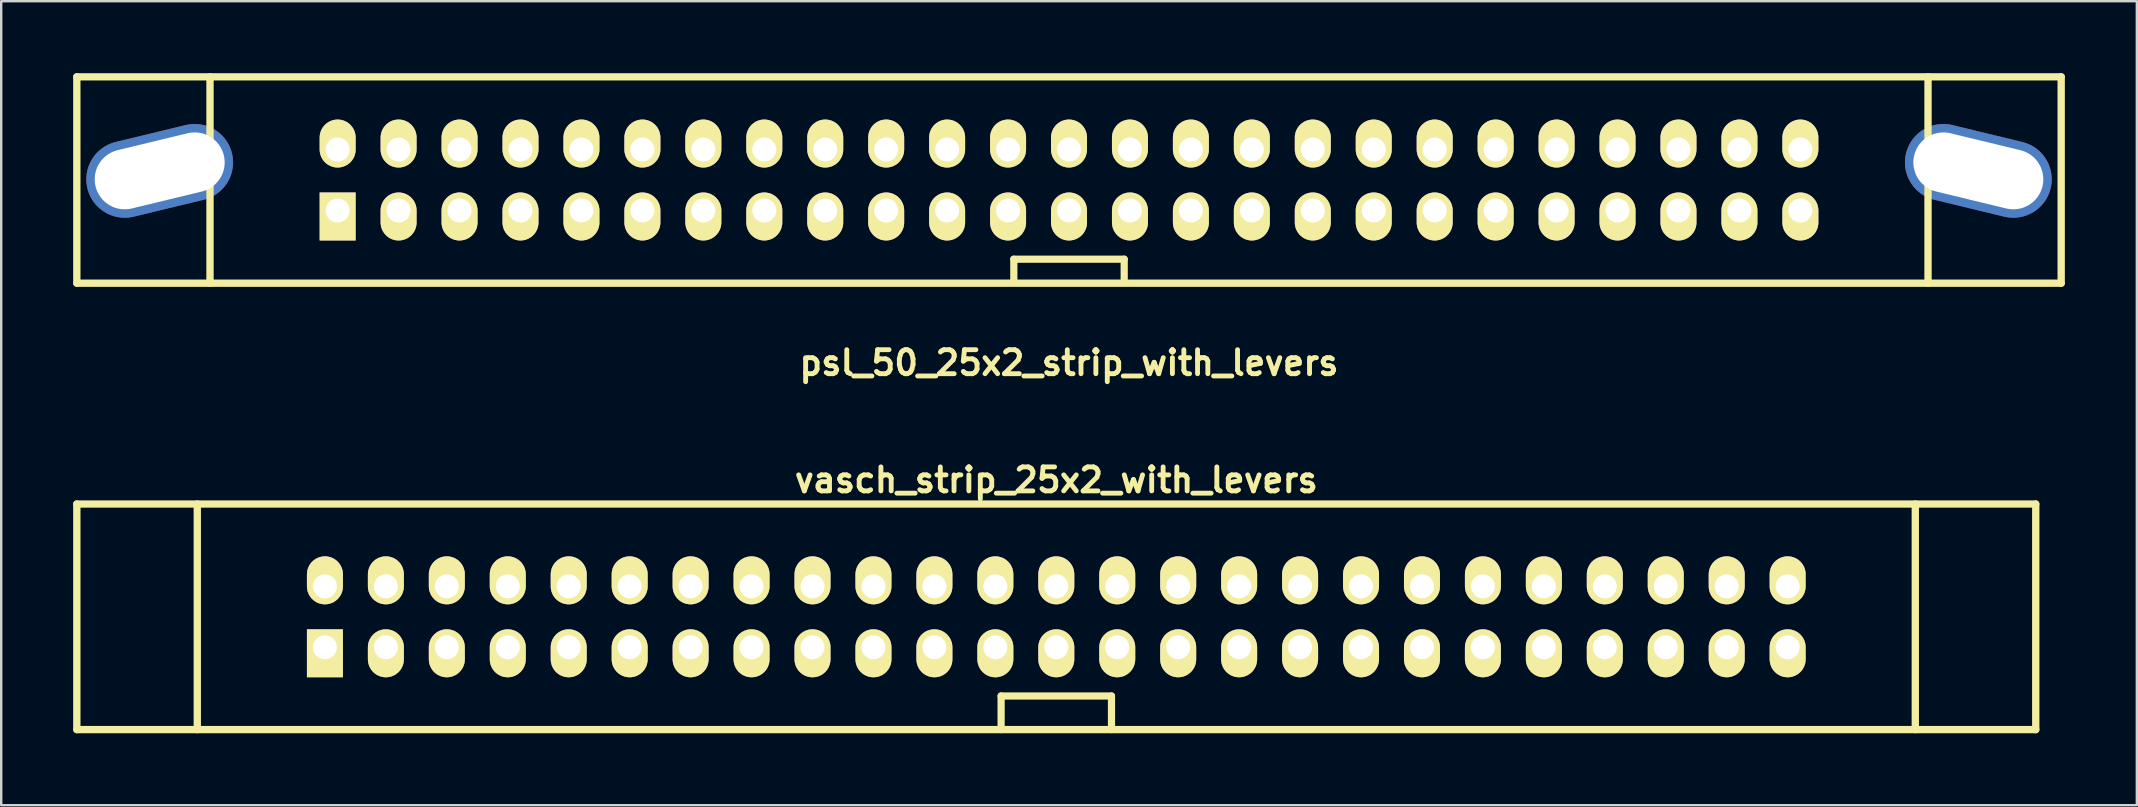
<source format=kicad_pcb>
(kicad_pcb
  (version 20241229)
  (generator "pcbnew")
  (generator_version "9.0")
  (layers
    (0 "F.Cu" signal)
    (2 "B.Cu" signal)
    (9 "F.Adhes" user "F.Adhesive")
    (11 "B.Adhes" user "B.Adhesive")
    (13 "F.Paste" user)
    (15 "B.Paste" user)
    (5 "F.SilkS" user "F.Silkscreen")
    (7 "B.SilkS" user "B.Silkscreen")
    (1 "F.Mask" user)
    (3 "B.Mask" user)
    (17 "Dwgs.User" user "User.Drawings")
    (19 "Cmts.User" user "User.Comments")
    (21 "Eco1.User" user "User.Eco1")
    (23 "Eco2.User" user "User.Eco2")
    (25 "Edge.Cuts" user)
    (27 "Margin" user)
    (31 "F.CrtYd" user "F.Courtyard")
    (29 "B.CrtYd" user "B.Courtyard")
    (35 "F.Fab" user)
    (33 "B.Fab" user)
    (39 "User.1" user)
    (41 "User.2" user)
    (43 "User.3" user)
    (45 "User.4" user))
  (footprint "psl_50_25x2_strip_with_levers"
    (layer "F.Cu")
    (at 41.502 4.452)
    (property "Reference" "psl_50_25x2_strip_with_levers" (at 0 7.62 0) (layer "F.SilkS") (effects (font (size 1 1) (thickness 0.203))))
    (attr through_hole)
    (fp_line (start -41.35 -4.3) (end -41.35 4.3) (stroke (width 0.305) (type solid)) (layer "F.SilkS"))
    (fp_line (start -41.35 4.3) (end 41.35 4.3) (stroke (width 0.305) (type solid)) (layer "F.SilkS"))
    (fp_line (start -35.8 -4.3) (end -35.8 4.3) (stroke (width 0.305) (type solid)) (layer "F.SilkS"))
    (fp_line (start -2.3 3.3) (end -2.3 4.2) (stroke (width 0.3) (type solid)) (layer "F.SilkS"))
    (fp_line (start 2.3 3.3) (end -2.3 3.3) (stroke (width 0.3) (type solid)) (layer "F.SilkS"))
    (fp_line (start 2.3 4.2) (end 2.3 3.3) (stroke (width 0.3) (type solid)) (layer "F.SilkS"))
    (fp_line (start 35.8 -4.3) (end 35.8 4.3) (stroke (width 0.305) (type solid)) (layer "F.SilkS"))
    (fp_line (start 41.35 -4.3) (end -41.35 -4.3) (stroke (width 0.305) (type solid)) (layer "F.SilkS"))
    (fp_line (start 41.35 -4.3) (end 41.35 4.3) (stroke (width 0.305) (type solid)) (layer "F.SilkS"))
    (pad "" thru_hole oval (at -37.897 -0.381 283.6) (size 3.2 6.2) (drill oval 2.5 5.5) (layers "*.Cu" "*.Mask"))
    (pad "" thru_hole oval (at 37.897 -0.381 76.4) (size 3.2 6.2) (drill oval 2.5 5.5) (layers "*.Cu" "*.Mask"))
    (pad "1" thru_hole rect (at -30.48 1.27) (size 1.5 2) (drill 1 (offset 0 0.25)) (layers "*.Cu" "*.Mask" "F.SilkS"))
    (pad "2" thru_hole oval (at -30.48 -1.27) (size 1.5 2) (drill 1 (offset 0 -0.25)) (layers "*.Cu" "*.Mask" "F.SilkS"))
    (pad "3" thru_hole oval (at -27.94 1.27) (size 1.5 2) (drill 1 (offset 0 0.25)) (layers "*.Cu" "*.Mask" "F.SilkS"))
    (pad "4" thru_hole oval (at -27.94 -1.27) (size 1.5 2) (drill 1 (offset 0 -0.25)) (layers "*.Cu" "*.Mask" "F.SilkS"))
    (pad "5" thru_hole oval (at -25.4 1.27) (size 1.5 2) (drill 1 (offset 0 0.25)) (layers "*.Cu" "*.Mask" "F.SilkS"))
    (pad "6" thru_hole oval (at -25.4 -1.27) (size 1.5 2) (drill 1 (offset 0 -0.25)) (layers "*.Cu" "*.Mask" "F.SilkS"))
    (pad "7" thru_hole oval (at -22.86 1.27) (size 1.5 2) (drill 1 (offset 0 0.25)) (layers "*.Cu" "*.Mask" "F.SilkS"))
    (pad "8" thru_hole oval (at -22.86 -1.27) (size 1.5 2) (drill 1 (offset 0 -0.25)) (layers "*.Cu" "*.Mask" "F.SilkS"))
    (pad "9" thru_hole oval (at -20.32 1.27) (size 1.5 2) (drill 1 (offset 0 0.25)) (layers "*.Cu" "*.Mask" "F.SilkS"))
    (pad "10" thru_hole oval (at -20.32 -1.27) (size 1.5 2) (drill 1 (offset 0 -0.25)) (layers "*.Cu" "*.Mask" "F.SilkS"))
    (pad "11" thru_hole oval (at -17.78 1.27) (size 1.5 2) (drill 1 (offset 0 0.25)) (layers "*.Cu" "*.Mask" "F.SilkS"))
    (pad "12" thru_hole oval (at -17.78 -1.27) (size 1.5 2) (drill 1 (offset 0 -0.25)) (layers "*.Cu" "*.Mask" "F.SilkS"))
    (pad "13" thru_hole oval (at -15.24 1.27) (size 1.5 2) (drill 1 (offset 0 0.25)) (layers "*.Cu" "*.Mask" "F.SilkS"))
    (pad "14" thru_hole oval (at -15.24 -1.27) (size 1.5 2) (drill 1 (offset 0 -0.25)) (layers "*.Cu" "*.Mask" "F.SilkS"))
    (pad "15" thru_hole oval (at -12.7 1.27) (size 1.5 2) (drill 1 (offset 0 0.25)) (layers "*.Cu" "*.Mask" "F.SilkS"))
    (pad "16" thru_hole oval (at -12.7 -1.27) (size 1.5 2) (drill 1 (offset 0 -0.25)) (layers "*.Cu" "*.Mask" "F.SilkS"))
    (pad "17" thru_hole oval (at -10.16 1.27) (size 1.5 2) (drill 1 (offset 0 0.25)) (layers "*.Cu" "*.Mask" "F.SilkS"))
    (pad "18" thru_hole oval (at -10.16 -1.27) (size 1.5 2) (drill 1 (offset 0 -0.25)) (layers "*.Cu" "*.Mask" "F.SilkS"))
    (pad "19" thru_hole oval (at -7.62 1.27) (size 1.5 2) (drill 1 (offset 0 0.25)) (layers "*.Cu" "*.Mask" "F.SilkS"))
    (pad "20" thru_hole oval (at -7.62 -1.27) (size 1.5 2) (drill 1 (offset 0 -0.25)) (layers "*.Cu" "*.Mask" "F.SilkS"))
    (pad "21" thru_hole oval (at -5.08 1.27) (size 1.5 2) (drill 1 (offset 0 0.25)) (layers "*.Cu" "*.Mask" "F.SilkS"))
    (pad "22" thru_hole oval (at -5.08 -1.27) (size 1.5 2) (drill 1 (offset 0 -0.25)) (layers "*.Cu" "*.Mask" "F.SilkS"))
    (pad "23" thru_hole oval (at -2.54 1.27) (size 1.5 2) (drill 1 (offset 0 0.25)) (layers "*.Cu" "*.Mask" "F.SilkS"))
    (pad "24" thru_hole oval (at -2.54 -1.27) (size 1.5 2) (drill 1 (offset 0 -0.25)) (layers "*.Cu" "*.Mask" "F.SilkS"))
    (pad "25" thru_hole oval (at 0 1.27) (size 1.5 2) (drill 1 (offset 0 0.25)) (layers "*.Cu" "*.Mask" "F.SilkS"))
    (pad "26" thru_hole oval (at 0 -1.27) (size 1.5 2) (drill 1 (offset 0 -0.25)) (layers "*.Cu" "*.Mask" "F.SilkS"))
    (pad "27" thru_hole oval (at 2.54 1.27) (size 1.5 2) (drill 1 (offset 0 0.25)) (layers "*.Cu" "*.Mask" "F.SilkS"))
    (pad "28" thru_hole oval (at 2.54 -1.27) (size 1.5 2) (drill 1 (offset 0 -0.25)) (layers "*.Cu" "*.Mask" "F.SilkS"))
    (pad "29" thru_hole oval (at 5.08 1.27) (size 1.5 2) (drill 1 (offset 0 0.25)) (layers "*.Cu" "*.Mask" "F.SilkS"))
    (pad "30" thru_hole oval (at 5.08 -1.27) (size 1.5 2) (drill 1 (offset 0 -0.25)) (layers "*.Cu" "*.Mask" "F.SilkS"))
    (pad "31" thru_hole oval (at 7.62 1.27) (size 1.5 2) (drill 1 (offset 0 0.25)) (layers "*.Cu" "*.Mask" "F.SilkS"))
    (pad "32" thru_hole oval (at 7.62 -1.27) (size 1.5 2) (drill 1 (offset 0 -0.25)) (layers "*.Cu" "*.Mask" "F.SilkS"))
    (pad "33" thru_hole oval (at 10.16 1.27) (size 1.5 2) (drill 1 (offset 0 0.25)) (layers "*.Cu" "*.Mask" "F.SilkS"))
    (pad "34" thru_hole oval (at 10.16 -1.27) (size 1.5 2) (drill 1 (offset 0 -0.25)) (layers "*.Cu" "*.Mask" "F.SilkS"))
    (pad "35" thru_hole oval (at 12.7 1.27) (size 1.5 2) (drill 1 (offset 0 0.25)) (layers "*.Cu" "*.Mask" "F.SilkS"))
    (pad "36" thru_hole oval (at 12.7 -1.27) (size 1.5 2) (drill 1 (offset 0 -0.25)) (layers "*.Cu" "*.Mask" "F.SilkS"))
    (pad "37" thru_hole oval (at 15.24 1.27) (size 1.5 2) (drill 1 (offset 0 0.25)) (layers "*.Cu" "*.Mask" "F.SilkS"))
    (pad "38" thru_hole oval (at 15.24 -1.27) (size 1.5 2) (drill 1 (offset 0 -0.25)) (layers "*.Cu" "*.Mask" "F.SilkS"))
    (pad "39" thru_hole oval (at 17.78 1.27) (size 1.5 2) (drill 1 (offset 0 0.25)) (layers "*.Cu" "*.Mask" "F.SilkS"))
    (pad "40" thru_hole oval (at 17.78 -1.27) (size 1.5 2) (drill 1 (offset 0 -0.25)) (layers "*.Cu" "*.Mask" "F.SilkS"))
    (pad "41" thru_hole oval (at 20.32 1.27) (size 1.5 2) (drill 1 (offset 0 0.25)) (layers "*.Cu" "*.Mask" "F.SilkS"))
    (pad "42" thru_hole oval (at 20.32 -1.27) (size 1.5 2) (drill 1 (offset 0 -0.25)) (layers "*.Cu" "*.Mask" "F.SilkS"))
    (pad "43" thru_hole oval (at 22.86 1.27) (size 1.5 2) (drill 1 (offset 0 0.25)) (layers "*.Cu" "*.Mask" "F.SilkS"))
    (pad "44" thru_hole oval (at 22.86 -1.27) (size 1.5 2) (drill 1 (offset 0 -0.25)) (layers "*.Cu" "*.Mask" "F.SilkS"))
    (pad "45" thru_hole oval (at 25.4 1.27) (size 1.5 2) (drill 1 (offset 0 0.25)) (layers "*.Cu" "*.Mask" "F.SilkS"))
    (pad "46" thru_hole oval (at 25.4 -1.27) (size 1.5 2) (drill 1 (offset 0 -0.25)) (layers "*.Cu" "*.Mask" "F.SilkS"))
    (pad "47" thru_hole oval (at 27.94 1.27) (size 1.5 2) (drill 1 (offset 0 0.25)) (layers "*.Cu" "*.Mask" "F.SilkS"))
    (pad "48" thru_hole oval (at 27.94 -1.27) (size 1.5 2) (drill 1 (offset 0 -0.25)) (layers "*.Cu" "*.Mask" "F.SilkS"))
    (pad "49" thru_hole oval (at 30.48 1.27) (size 1.5 2) (drill 1 (offset 0 0.25)) (layers "*.Cu" "*.Mask" "F.SilkS"))
    (pad "50" thru_hole oval (at 30.48 -1.27) (size 1.5 2) (drill 1 (offset 0 -0.25)) (layers "*.Cu" "*.Mask" "F.SilkS")))
  (footprint "vasch_strip_25x2_with_levers"
    (layer "F.Cu")
    (at 40.972 22.656)
    (property "Reference" "vasch_strip_25x2_with_levers" (at 0 -5.7 0) (layer "F.SilkS") (effects (font (size 1 1) (thickness 0.203))))
    (attr through_hole)
    (fp_line (start -40.82 -4.7) (end -40.82 4.7) (stroke (width 0.305) (type solid)) (layer "F.SilkS"))
    (fp_line (start -40.82 4.7) (end 40.82 4.7) (stroke (width 0.305) (type solid)) (layer "F.SilkS"))
    (fp_line (start -35.8 -4.7) (end -35.8 4.7) (stroke (width 0.305) (type solid)) (layer "F.SilkS"))
    (fp_line (start -2.3 3.3) (end -2.3 4.7) (stroke (width 0.3) (type solid)) (layer "F.SilkS"))
    (fp_line (start 2.3 3.3) (end -2.3 3.3) (stroke (width 0.3) (type solid)) (layer "F.SilkS"))
    (fp_line (start 2.3 4.7) (end 2.3 3.3) (stroke (width 0.3) (type solid)) (layer "F.SilkS"))
    (fp_line (start 35.8 -4.7) (end 35.8 4.7) (stroke (width 0.305) (type solid)) (layer "F.SilkS"))
    (fp_line (start 40.82 -4.7) (end -40.82 -4.7) (stroke (width 0.305) (type solid)) (layer "F.SilkS"))
    (fp_line (start 40.82 -4.7) (end 40.82 4.7) (stroke (width 0.305) (type solid)) (layer "F.SilkS"))
    (pad "1" thru_hole rect (at -30.48 1.27) (size 1.5 2) (drill 1 (offset 0 0.25)) (layers "*.Cu" "*.Mask" "F.SilkS"))
    (pad "2" thru_hole oval (at -30.48 -1.27) (size 1.5 2) (drill 1 (offset 0 -0.25)) (layers "*.Cu" "*.Mask" "F.SilkS"))
    (pad "3" thru_hole oval (at -27.94 1.27) (size 1.5 2) (drill 1 (offset 0 0.25)) (layers "*.Cu" "*.Mask" "F.SilkS"))
    (pad "4" thru_hole oval (at -27.94 -1.27) (size 1.5 2) (drill 1 (offset 0 -0.25)) (layers "*.Cu" "*.Mask" "F.SilkS"))
    (pad "5" thru_hole oval (at -25.4 1.27) (size 1.5 2) (drill 1 (offset 0 0.25)) (layers "*.Cu" "*.Mask" "F.SilkS"))
    (pad "6" thru_hole oval (at -25.4 -1.27) (size 1.5 2) (drill 1 (offset 0 -0.25)) (layers "*.Cu" "*.Mask" "F.SilkS"))
    (pad "7" thru_hole oval (at -22.86 1.27) (size 1.5 2) (drill 1 (offset 0 0.25)) (layers "*.Cu" "*.Mask" "F.SilkS"))
    (pad "8" thru_hole oval (at -22.86 -1.27) (size 1.5 2) (drill 1 (offset 0 -0.25)) (layers "*.Cu" "*.Mask" "F.SilkS"))
    (pad "9" thru_hole oval (at -20.32 1.27) (size 1.5 2) (drill 1 (offset 0 0.25)) (layers "*.Cu" "*.Mask" "F.SilkS"))
    (pad "10" thru_hole oval (at -20.32 -1.27) (size 1.5 2) (drill 1 (offset 0 -0.25)) (layers "*.Cu" "*.Mask" "F.SilkS"))
    (pad "11" thru_hole oval (at -17.78 1.27) (size 1.5 2) (drill 1 (offset 0 0.25)) (layers "*.Cu" "*.Mask" "F.SilkS"))
    (pad "12" thru_hole oval (at -17.78 -1.27) (size 1.5 2) (drill 1 (offset 0 -0.25)) (layers "*.Cu" "*.Mask" "F.SilkS"))
    (pad "13" thru_hole oval (at -15.24 1.27) (size 1.5 2) (drill 1 (offset 0 0.25)) (layers "*.Cu" "*.Mask" "F.SilkS"))
    (pad "14" thru_hole oval (at -15.24 -1.27) (size 1.5 2) (drill 1 (offset 0 -0.25)) (layers "*.Cu" "*.Mask" "F.SilkS"))
    (pad "15" thru_hole oval (at -12.7 1.27) (size 1.5 2) (drill 1 (offset 0 0.25)) (layers "*.Cu" "*.Mask" "F.SilkS"))
    (pad "16" thru_hole oval (at -12.7 -1.27) (size 1.5 2) (drill 1 (offset 0 -0.25)) (layers "*.Cu" "*.Mask" "F.SilkS"))
    (pad "17" thru_hole oval (at -10.16 1.27) (size 1.5 2) (drill 1 (offset 0 0.25)) (layers "*.Cu" "*.Mask" "F.SilkS"))
    (pad "18" thru_hole oval (at -10.16 -1.27) (size 1.5 2) (drill 1 (offset 0 -0.25)) (layers "*.Cu" "*.Mask" "F.SilkS"))
    (pad "19" thru_hole oval (at -7.62 1.27) (size 1.5 2) (drill 1 (offset 0 0.25)) (layers "*.Cu" "*.Mask" "F.SilkS"))
    (pad "20" thru_hole oval (at -7.62 -1.27) (size 1.5 2) (drill 1 (offset 0 -0.25)) (layers "*.Cu" "*.Mask" "F.SilkS"))
    (pad "21" thru_hole oval (at -5.08 1.27) (size 1.5 2) (drill 1 (offset 0 0.25)) (layers "*.Cu" "*.Mask" "F.SilkS"))
    (pad "22" thru_hole oval (at -5.08 -1.27) (size 1.5 2) (drill 1 (offset 0 -0.25)) (layers "*.Cu" "*.Mask" "F.SilkS"))
    (pad "23" thru_hole oval (at -2.54 1.27) (size 1.5 2) (drill 1 (offset 0 0.25)) (layers "*.Cu" "*.Mask" "F.SilkS"))
    (pad "24" thru_hole oval (at -2.54 -1.27) (size 1.5 2) (drill 1 (offset 0 -0.25)) (layers "*.Cu" "*.Mask" "F.SilkS"))
    (pad "25" thru_hole oval (at 0 1.27) (size 1.5 2) (drill 1 (offset 0 0.25)) (layers "*.Cu" "*.Mask" "F.SilkS"))
    (pad "26" thru_hole oval (at 0 -1.27) (size 1.5 2) (drill 1 (offset 0 -0.25)) (layers "*.Cu" "*.Mask" "F.SilkS"))
    (pad "27" thru_hole oval (at 2.54 1.27) (size 1.5 2) (drill 1 (offset 0 0.25)) (layers "*.Cu" "*.Mask" "F.SilkS"))
    (pad "28" thru_hole oval (at 2.54 -1.27) (size 1.5 2) (drill 1 (offset 0 -0.25)) (layers "*.Cu" "*.Mask" "F.SilkS"))
    (pad "29" thru_hole oval (at 5.08 1.27) (size 1.5 2) (drill 1 (offset 0 0.25)) (layers "*.Cu" "*.Mask" "F.SilkS"))
    (pad "30" thru_hole oval (at 5.08 -1.27) (size 1.5 2) (drill 1 (offset 0 -0.25)) (layers "*.Cu" "*.Mask" "F.SilkS"))
    (pad "31" thru_hole oval (at 7.62 1.27) (size 1.5 2) (drill 1 (offset 0 0.25)) (layers "*.Cu" "*.Mask" "F.SilkS"))
    (pad "32" thru_hole oval (at 7.62 -1.27) (size 1.5 2) (drill 1 (offset 0 -0.25)) (layers "*.Cu" "*.Mask" "F.SilkS"))
    (pad "33" thru_hole oval (at 10.16 1.27) (size 1.5 2) (drill 1 (offset 0 0.25)) (layers "*.Cu" "*.Mask" "F.SilkS"))
    (pad "34" thru_hole oval (at 10.16 -1.27) (size 1.5 2) (drill 1 (offset 0 -0.25)) (layers "*.Cu" "*.Mask" "F.SilkS"))
    (pad "35" thru_hole oval (at 12.7 1.27) (size 1.5 2) (drill 1 (offset 0 0.25)) (layers "*.Cu" "*.Mask" "F.SilkS"))
    (pad "36" thru_hole oval (at 12.7 -1.27) (size 1.5 2) (drill 1 (offset 0 -0.25)) (layers "*.Cu" "*.Mask" "F.SilkS"))
    (pad "37" thru_hole oval (at 15.24 1.27) (size 1.5 2) (drill 1 (offset 0 0.25)) (layers "*.Cu" "*.Mask" "F.SilkS"))
    (pad "38" thru_hole oval (at 15.24 -1.27) (size 1.5 2) (drill 1 (offset 0 -0.25)) (layers "*.Cu" "*.Mask" "F.SilkS"))
    (pad "39" thru_hole oval (at 17.78 1.27) (size 1.5 2) (drill 1 (offset 0 0.25)) (layers "*.Cu" "*.Mask" "F.SilkS"))
    (pad "40" thru_hole oval (at 17.78 -1.27) (size 1.5 2) (drill 1 (offset 0 -0.25)) (layers "*.Cu" "*.Mask" "F.SilkS"))
    (pad "41" thru_hole oval (at 20.32 1.27) (size 1.5 2) (drill 1 (offset 0 0.25)) (layers "*.Cu" "*.Mask" "F.SilkS"))
    (pad "42" thru_hole oval (at 20.32 -1.27) (size 1.5 2) (drill 1 (offset 0 -0.25)) (layers "*.Cu" "*.Mask" "F.SilkS"))
    (pad "43" thru_hole oval (at 22.86 1.27) (size 1.5 2) (drill 1 (offset 0 0.25)) (layers "*.Cu" "*.Mask" "F.SilkS"))
    (pad "44" thru_hole oval (at 22.86 -1.27) (size 1.5 2) (drill 1 (offset 0 -0.25)) (layers "*.Cu" "*.Mask" "F.SilkS"))
    (pad "45" thru_hole oval (at 25.4 1.27) (size 1.5 2) (drill 1 (offset 0 0.25)) (layers "*.Cu" "*.Mask" "F.SilkS"))
    (pad "46" thru_hole oval (at 25.4 -1.27) (size 1.5 2) (drill 1 (offset 0 -0.25)) (layers "*.Cu" "*.Mask" "F.SilkS"))
    (pad "47" thru_hole oval (at 27.94 1.27) (size 1.5 2) (drill 1 (offset 0 0.25)) (layers "*.Cu" "*.Mask" "F.SilkS"))
    (pad "48" thru_hole oval (at 27.94 -1.27) (size 1.5 2) (drill 1 (offset 0 -0.25)) (layers "*.Cu" "*.Mask" "F.SilkS"))
    (pad "49" thru_hole oval (at 30.48 1.27) (size 1.5 2) (drill 1 (offset 0 0.25)) (layers "*.Cu" "*.Mask" "F.SilkS"))
    (pad "50" thru_hole oval (at 30.48 -1.27) (size 1.5 2) (drill 1 (offset 0 -0.25)) (layers "*.Cu" "*.Mask" "F.SilkS")))
  (gr_rect
    (start -3 -3)
    (end 86.005 30.508)
    (stroke (width 0.1) (type default))
    (fill no)
    (layer "Edge.Cuts")))
</source>
